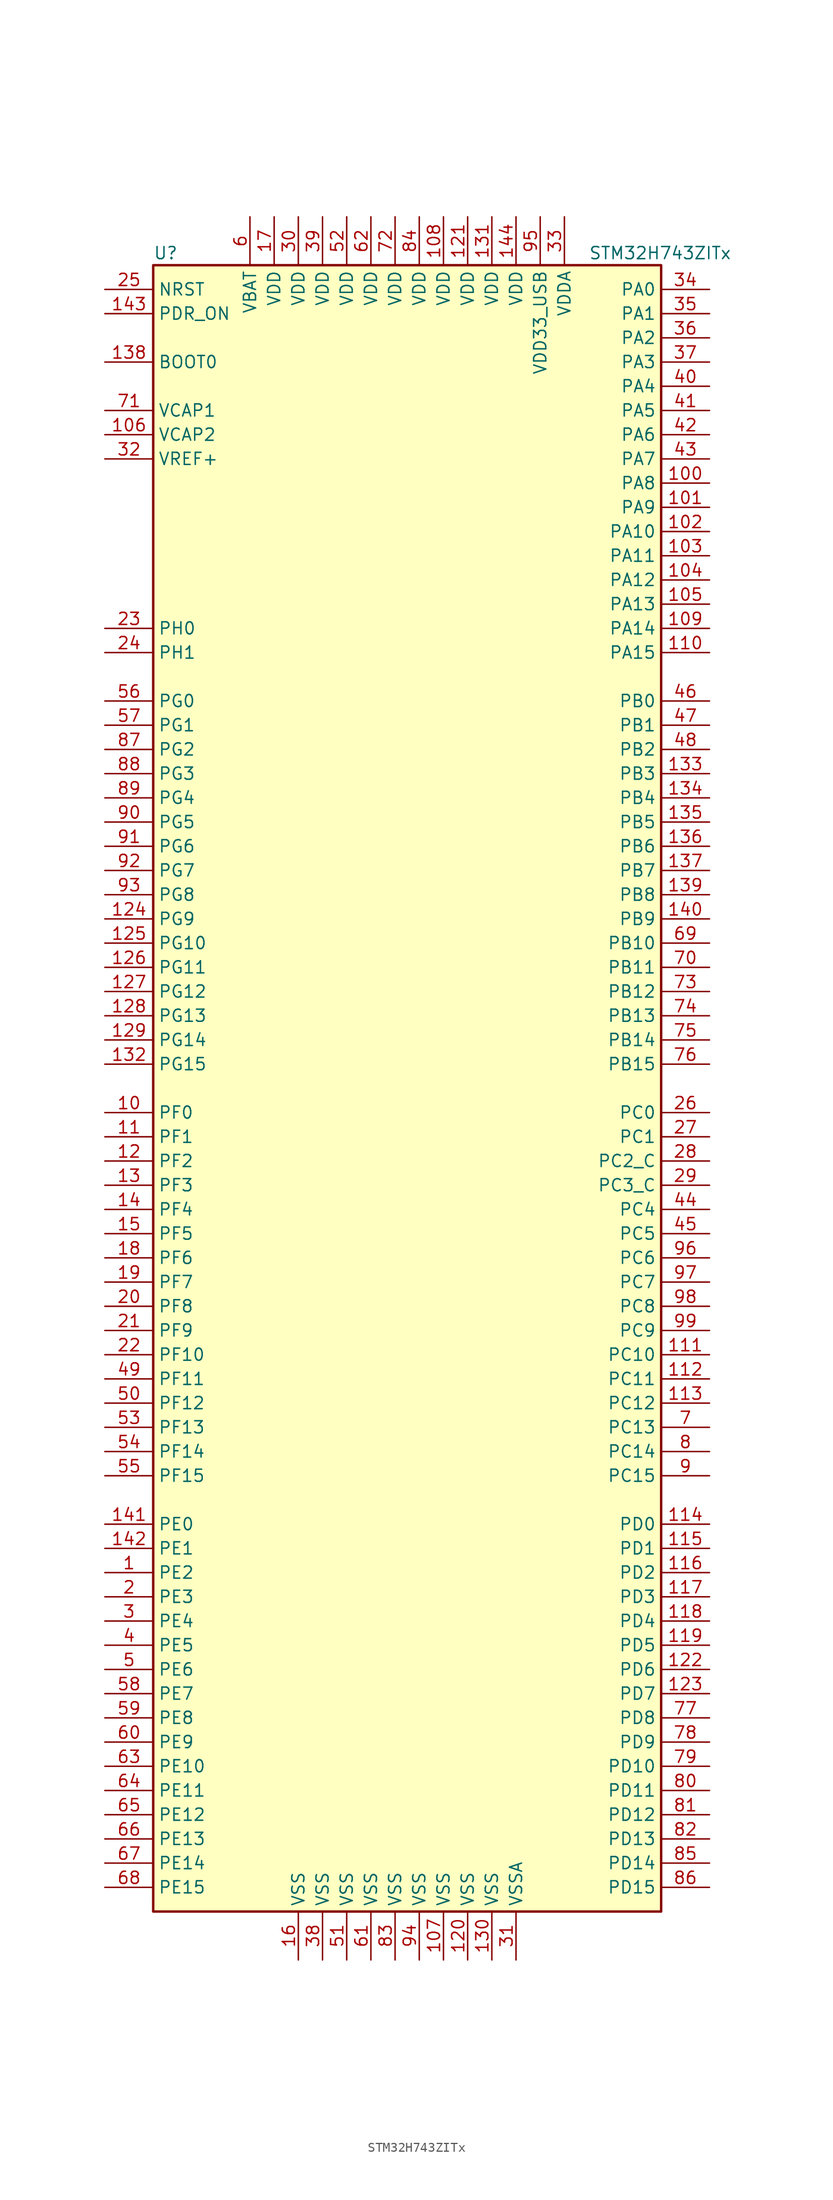
<source format=kicad_sym>
(kicad_symbol_lib
  (version 20201005)
  (generator kicad_symbol_editor)
  (symbol "STM32H743ZITx"
    (property "Reference" "U"
      (at -27.94 87.63 0)
      (effects (font (size 1.27 1.27)) (justify left)))
    (property "Value" "STM32H743ZITx"
      (at 17.78 87.63 0)
      (effects (font (size 1.27 1.27)) (justify left)))
    (symbol "STM32H743ZITx_0_1"
      (rectangle (start -27.94 -86.36) (end 25.4 86.36) (stroke (width 0.254)) (fill (type background))))
    (symbol "STM32H743ZITx_1_1"
      (pin bidirectional line (at -33.02 -50.8 0) (length 5.08) (name "PE2" (effects (font (size 1.27 1.27)))) (number "1" (effects (font (size 1.27 1.27)))))
      (pin bidirectional line (at -33.02 -2.54 0) (length 5.08) (name "PF0" (effects (font (size 1.27 1.27)))) (number "10" (effects (font (size 1.27 1.27)))))
      (pin bidirectional line (at 30.48 63.5 180) (length 5.08) (name "PA8" (effects (font (size 1.27 1.27)))) (number "100" (effects (font (size 1.27 1.27)))))
      (pin bidirectional line (at 30.48 60.96 180) (length 5.08) (name "PA9" (effects (font (size 1.27 1.27)))) (number "101" (effects (font (size 1.27 1.27)))))
      (pin bidirectional line (at 30.48 58.42 180) (length 5.08) (name "PA10" (effects (font (size 1.27 1.27)))) (number "102" (effects (font (size 1.27 1.27)))))
      (pin bidirectional line (at 30.48 55.88 180) (length 5.08) (name "PA11" (effects (font (size 1.27 1.27)))) (number "103" (effects (font (size 1.27 1.27)))))
      (pin bidirectional line (at 30.48 53.34 180) (length 5.08) (name "PA12" (effects (font (size 1.27 1.27)))) (number "104" (effects (font (size 1.27 1.27)))))
      (pin bidirectional line (at 30.48 50.8 180) (length 5.08) (name "PA13" (effects (font (size 1.27 1.27)))) (number "105" (effects (font (size 1.27 1.27)))))
      (pin power_in line (at -33.02 68.58 0) (length 5.08) (name "VCAP2" (effects (font (size 1.27 1.27)))) (number "106" (effects (font (size 1.27 1.27)))))
      (pin power_in line (at 2.54 -91.44 90) (length 5.08) (name "VSS" (effects (font (size 1.27 1.27)))) (number "107" (effects (font (size 1.27 1.27)))))
      (pin power_in line (at 2.54 91.44 270) (length 5.08) (name "VDD" (effects (font (size 1.27 1.27)))) (number "108" (effects (font (size 1.27 1.27)))))
      (pin bidirectional line (at 30.48 48.26 180) (length 5.08) (name "PA14" (effects (font (size 1.27 1.27)))) (number "109" (effects (font (size 1.27 1.27)))))
      (pin bidirectional line (at -33.02 -5.08 0) (length 5.08) (name "PF1" (effects (font (size 1.27 1.27)))) (number "11" (effects (font (size 1.27 1.27)))))
      (pin bidirectional line (at 30.48 45.72 180) (length 5.08) (name "PA15" (effects (font (size 1.27 1.27)))) (number "110" (effects (font (size 1.27 1.27)))))
      (pin bidirectional line (at 30.48 -27.94 180) (length 5.08) (name "PC10" (effects (font (size 1.27 1.27)))) (number "111" (effects (font (size 1.27 1.27)))))
      (pin bidirectional line (at 30.48 -30.48 180) (length 5.08) (name "PC11" (effects (font (size 1.27 1.27)))) (number "112" (effects (font (size 1.27 1.27)))))
      (pin bidirectional line (at 30.48 -33.02 180) (length 5.08) (name "PC12" (effects (font (size 1.27 1.27)))) (number "113" (effects (font (size 1.27 1.27)))))
      (pin bidirectional line (at 30.48 -45.72 180) (length 5.08) (name "PD0" (effects (font (size 1.27 1.27)))) (number "114" (effects (font (size 1.27 1.27)))))
      (pin bidirectional line (at 30.48 -48.26 180) (length 5.08) (name "PD1" (effects (font (size 1.27 1.27)))) (number "115" (effects (font (size 1.27 1.27)))))
      (pin bidirectional line (at 30.48 -50.8 180) (length 5.08) (name "PD2" (effects (font (size 1.27 1.27)))) (number "116" (effects (font (size 1.27 1.27)))))
      (pin bidirectional line (at 30.48 -53.34 180) (length 5.08) (name "PD3" (effects (font (size 1.27 1.27)))) (number "117" (effects (font (size 1.27 1.27)))))
      (pin bidirectional line (at 30.48 -55.88 180) (length 5.08) (name "PD4" (effects (font (size 1.27 1.27)))) (number "118" (effects (font (size 1.27 1.27)))))
      (pin bidirectional line (at 30.48 -58.42 180) (length 5.08) (name "PD5" (effects (font (size 1.27 1.27)))) (number "119" (effects (font (size 1.27 1.27)))))
      (pin bidirectional line (at -33.02 -7.62 0) (length 5.08) (name "PF2" (effects (font (size 1.27 1.27)))) (number "12" (effects (font (size 1.27 1.27)))))
      (pin power_in line (at 5.08 -91.44 90) (length 5.08) (name "VSS" (effects (font (size 1.27 1.27)))) (number "120" (effects (font (size 1.27 1.27)))))
      (pin power_in line (at 5.08 91.44 270) (length 5.08) (name "VDD" (effects (font (size 1.27 1.27)))) (number "121" (effects (font (size 1.27 1.27)))))
      (pin bidirectional line (at 30.48 -60.96 180) (length 5.08) (name "PD6" (effects (font (size 1.27 1.27)))) (number "122" (effects (font (size 1.27 1.27)))))
      (pin bidirectional line (at 30.48 -63.5 180) (length 5.08) (name "PD7" (effects (font (size 1.27 1.27)))) (number "123" (effects (font (size 1.27 1.27)))))
      (pin bidirectional line (at -33.02 17.78 0) (length 5.08) (name "PG9" (effects (font (size 1.27 1.27)))) (number "124" (effects (font (size 1.27 1.27)))))
      (pin bidirectional line (at -33.02 15.24 0) (length 5.08) (name "PG10" (effects (font (size 1.27 1.27)))) (number "125" (effects (font (size 1.27 1.27)))))
      (pin bidirectional line (at -33.02 12.7 0) (length 5.08) (name "PG11" (effects (font (size 1.27 1.27)))) (number "126" (effects (font (size 1.27 1.27)))))
      (pin bidirectional line (at -33.02 10.16 0) (length 5.08) (name "PG12" (effects (font (size 1.27 1.27)))) (number "127" (effects (font (size 1.27 1.27)))))
      (pin bidirectional line (at -33.02 7.62 0) (length 5.08) (name "PG13" (effects (font (size 1.27 1.27)))) (number "128" (effects (font (size 1.27 1.27)))))
      (pin bidirectional line (at -33.02 5.08 0) (length 5.08) (name "PG14" (effects (font (size 1.27 1.27)))) (number "129" (effects (font (size 1.27 1.27)))))
      (pin bidirectional line (at -33.02 -10.16 0) (length 5.08) (name "PF3" (effects (font (size 1.27 1.27)))) (number "13" (effects (font (size 1.27 1.27)))))
      (pin power_in line (at 7.62 -91.44 90) (length 5.08) (name "VSS" (effects (font (size 1.27 1.27)))) (number "130" (effects (font (size 1.27 1.27)))))
      (pin power_in line (at 7.62 91.44 270) (length 5.08) (name "VDD" (effects (font (size 1.27 1.27)))) (number "131" (effects (font (size 1.27 1.27)))))
      (pin bidirectional line (at -33.02 2.54 0) (length 5.08) (name "PG15" (effects (font (size 1.27 1.27)))) (number "132" (effects (font (size 1.27 1.27)))))
      (pin bidirectional line (at 30.48 33.02 180) (length 5.08) (name "PB3" (effects (font (size 1.27 1.27)))) (number "133" (effects (font (size 1.27 1.27)))))
      (pin bidirectional line (at 30.48 30.48 180) (length 5.08) (name "PB4" (effects (font (size 1.27 1.27)))) (number "134" (effects (font (size 1.27 1.27)))))
      (pin bidirectional line (at 30.48 27.94 180) (length 5.08) (name "PB5" (effects (font (size 1.27 1.27)))) (number "135" (effects (font (size 1.27 1.27)))))
      (pin bidirectional line (at 30.48 25.4 180) (length 5.08) (name "PB6" (effects (font (size 1.27 1.27)))) (number "136" (effects (font (size 1.27 1.27)))))
      (pin bidirectional line (at 30.48 22.86 180) (length 5.08) (name "PB7" (effects (font (size 1.27 1.27)))) (number "137" (effects (font (size 1.27 1.27)))))
      (pin input line (at -33.02 76.2 0) (length 5.08) (name "BOOT0" (effects (font (size 1.27 1.27)))) (number "138" (effects (font (size 1.27 1.27)))))
      (pin bidirectional line (at 30.48 20.32 180) (length 5.08) (name "PB8" (effects (font (size 1.27 1.27)))) (number "139" (effects (font (size 1.27 1.27)))))
      (pin bidirectional line (at -33.02 -12.7 0) (length 5.08) (name "PF4" (effects (font (size 1.27 1.27)))) (number "14" (effects (font (size 1.27 1.27)))))
      (pin bidirectional line (at 30.48 17.78 180) (length 5.08) (name "PB9" (effects (font (size 1.27 1.27)))) (number "140" (effects (font (size 1.27 1.27)))))
      (pin bidirectional line (at -33.02 -45.72 0) (length 5.08) (name "PE0" (effects (font (size 1.27 1.27)))) (number "141" (effects (font (size 1.27 1.27)))))
      (pin bidirectional line (at -33.02 -48.26 0) (length 5.08) (name "PE1" (effects (font (size 1.27 1.27)))) (number "142" (effects (font (size 1.27 1.27)))))
      (pin input line (at -33.02 81.28 0) (length 5.08) (name "PDR_ON" (effects (font (size 1.27 1.27)))) (number "143" (effects (font (size 1.27 1.27)))))
      (pin power_in line (at 10.16 91.44 270) (length 5.08) (name "VDD" (effects (font (size 1.27 1.27)))) (number "144" (effects (font (size 1.27 1.27)))))
      (pin bidirectional line (at -33.02 -15.24 0) (length 5.08) (name "PF5" (effects (font (size 1.27 1.27)))) (number "15" (effects (font (size 1.27 1.27)))))
      (pin power_in line (at -12.7 -91.44 90) (length 5.08) (name "VSS" (effects (font (size 1.27 1.27)))) (number "16" (effects (font (size 1.27 1.27)))))
      (pin power_in line (at -15.24 91.44 270) (length 5.08) (name "VDD" (effects (font (size 1.27 1.27)))) (number "17" (effects (font (size 1.27 1.27)))))
      (pin bidirectional line (at -33.02 -17.78 0) (length 5.08) (name "PF6" (effects (font (size 1.27 1.27)))) (number "18" (effects (font (size 1.27 1.27)))))
      (pin bidirectional line (at -33.02 -20.32 0) (length 5.08) (name "PF7" (effects (font (size 1.27 1.27)))) (number "19" (effects (font (size 1.27 1.27)))))
      (pin bidirectional line (at -33.02 -53.34 0) (length 5.08) (name "PE3" (effects (font (size 1.27 1.27)))) (number "2" (effects (font (size 1.27 1.27)))))
      (pin bidirectional line (at -33.02 -22.86 0) (length 5.08) (name "PF8" (effects (font (size 1.27 1.27)))) (number "20" (effects (font (size 1.27 1.27)))))
      (pin bidirectional line (at -33.02 -25.4 0) (length 5.08) (name "PF9" (effects (font (size 1.27 1.27)))) (number "21" (effects (font (size 1.27 1.27)))))
      (pin bidirectional line (at -33.02 -27.94 0) (length 5.08) (name "PF10" (effects (font (size 1.27 1.27)))) (number "22" (effects (font (size 1.27 1.27)))))
      (pin input line (at -33.02 48.26 0) (length 5.08) (name "PH0" (effects (font (size 1.27 1.27)))) (number "23" (effects (font (size 1.27 1.27)))))
      (pin input line (at -33.02 45.72 0) (length 5.08) (name "PH1" (effects (font (size 1.27 1.27)))) (number "24" (effects (font (size 1.27 1.27)))))
      (pin input line (at -33.02 83.82 0) (length 5.08) (name "NRST" (effects (font (size 1.27 1.27)))) (number "25" (effects (font (size 1.27 1.27)))))
      (pin bidirectional line (at 30.48 -2.54 180) (length 5.08) (name "PC0" (effects (font (size 1.27 1.27)))) (number "26" (effects (font (size 1.27 1.27)))))
      (pin bidirectional line (at 30.48 -5.08 180) (length 5.08) (name "PC1" (effects (font (size 1.27 1.27)))) (number "27" (effects (font (size 1.27 1.27)))))
      (pin bidirectional line (at 30.48 -7.62 180) (length 5.08) (name "PC2_C" (effects (font (size 1.27 1.27)))) (number "28" (effects (font (size 1.27 1.27)))))
      (pin bidirectional line (at 30.48 -10.16 180) (length 5.08) (name "PC3_C" (effects (font (size 1.27 1.27)))) (number "29" (effects (font (size 1.27 1.27)))))
      (pin bidirectional line (at -33.02 -55.88 0) (length 5.08) (name "PE4" (effects (font (size 1.27 1.27)))) (number "3" (effects (font (size 1.27 1.27)))))
      (pin power_in line (at -12.7 91.44 270) (length 5.08) (name "VDD" (effects (font (size 1.27 1.27)))) (number "30" (effects (font (size 1.27 1.27)))))
      (pin power_in line (at 10.16 -91.44 90) (length 5.08) (name "VSSA" (effects (font (size 1.27 1.27)))) (number "31" (effects (font (size 1.27 1.27)))))
      (pin bidirectional line (at -33.02 66.04 0) (length 5.08) (name "VREF+" (effects (font (size 1.27 1.27)))) (number "32" (effects (font (size 1.27 1.27)))))
      (pin power_in line (at 15.24 91.44 270) (length 5.08) (name "VDDA" (effects (font (size 1.27 1.27)))) (number "33" (effects (font (size 1.27 1.27)))))
      (pin bidirectional line (at 30.48 83.82 180) (length 5.08) (name "PA0" (effects (font (size 1.27 1.27)))) (number "34" (effects (font (size 1.27 1.27)))))
      (pin bidirectional line (at 30.48 81.28 180) (length 5.08) (name "PA1" (effects (font (size 1.27 1.27)))) (number "35" (effects (font (size 1.27 1.27)))))
      (pin bidirectional line (at 30.48 78.74 180) (length 5.08) (name "PA2" (effects (font (size 1.27 1.27)))) (number "36" (effects (font (size 1.27 1.27)))))
      (pin bidirectional line (at 30.48 76.2 180) (length 5.08) (name "PA3" (effects (font (size 1.27 1.27)))) (number "37" (effects (font (size 1.27 1.27)))))
      (pin power_in line (at -10.16 -91.44 90) (length 5.08) (name "VSS" (effects (font (size 1.27 1.27)))) (number "38" (effects (font (size 1.27 1.27)))))
      (pin power_in line (at -10.16 91.44 270) (length 5.08) (name "VDD" (effects (font (size 1.27 1.27)))) (number "39" (effects (font (size 1.27 1.27)))))
      (pin bidirectional line (at -33.02 -58.42 0) (length 5.08) (name "PE5" (effects (font (size 1.27 1.27)))) (number "4" (effects (font (size 1.27 1.27)))))
      (pin bidirectional line (at 30.48 73.66 180) (length 5.08) (name "PA4" (effects (font (size 1.27 1.27)))) (number "40" (effects (font (size 1.27 1.27)))))
      (pin bidirectional line (at 30.48 71.12 180) (length 5.08) (name "PA5" (effects (font (size 1.27 1.27)))) (number "41" (effects (font (size 1.27 1.27)))))
      (pin bidirectional line (at 30.48 68.58 180) (length 5.08) (name "PA6" (effects (font (size 1.27 1.27)))) (number "42" (effects (font (size 1.27 1.27)))))
      (pin bidirectional line (at 30.48 66.04 180) (length 5.08) (name "PA7" (effects (font (size 1.27 1.27)))) (number "43" (effects (font (size 1.27 1.27)))))
      (pin bidirectional line (at 30.48 -12.7 180) (length 5.08) (name "PC4" (effects (font (size 1.27 1.27)))) (number "44" (effects (font (size 1.27 1.27)))))
      (pin bidirectional line (at 30.48 -15.24 180) (length 5.08) (name "PC5" (effects (font (size 1.27 1.27)))) (number "45" (effects (font (size 1.27 1.27)))))
      (pin bidirectional line (at 30.48 40.64 180) (length 5.08) (name "PB0" (effects (font (size 1.27 1.27)))) (number "46" (effects (font (size 1.27 1.27)))))
      (pin bidirectional line (at 30.48 38.1 180) (length 5.08) (name "PB1" (effects (font (size 1.27 1.27)))) (number "47" (effects (font (size 1.27 1.27)))))
      (pin bidirectional line (at 30.48 35.56 180) (length 5.08) (name "PB2" (effects (font (size 1.27 1.27)))) (number "48" (effects (font (size 1.27 1.27)))))
      (pin bidirectional line (at -33.02 -30.48 0) (length 5.08) (name "PF11" (effects (font (size 1.27 1.27)))) (number "49" (effects (font (size 1.27 1.27)))))
      (pin bidirectional line (at -33.02 -60.96 0) (length 5.08) (name "PE6" (effects (font (size 1.27 1.27)))) (number "5" (effects (font (size 1.27 1.27)))))
      (pin bidirectional line (at -33.02 -33.02 0) (length 5.08) (name "PF12" (effects (font (size 1.27 1.27)))) (number "50" (effects (font (size 1.27 1.27)))))
      (pin power_in line (at -7.62 -91.44 90) (length 5.08) (name "VSS" (effects (font (size 1.27 1.27)))) (number "51" (effects (font (size 1.27 1.27)))))
      (pin power_in line (at -7.62 91.44 270) (length 5.08) (name "VDD" (effects (font (size 1.27 1.27)))) (number "52" (effects (font (size 1.27 1.27)))))
      (pin bidirectional line (at -33.02 -35.56 0) (length 5.08) (name "PF13" (effects (font (size 1.27 1.27)))) (number "53" (effects (font (size 1.27 1.27)))))
      (pin bidirectional line (at -33.02 -38.1 0) (length 5.08) (name "PF14" (effects (font (size 1.27 1.27)))) (number "54" (effects (font (size 1.27 1.27)))))
      (pin bidirectional line (at -33.02 -40.64 0) (length 5.08) (name "PF15" (effects (font (size 1.27 1.27)))) (number "55" (effects (font (size 1.27 1.27)))))
      (pin bidirectional line (at -33.02 40.64 0) (length 5.08) (name "PG0" (effects (font (size 1.27 1.27)))) (number "56" (effects (font (size 1.27 1.27)))))
      (pin bidirectional line (at -33.02 38.1 0) (length 5.08) (name "PG1" (effects (font (size 1.27 1.27)))) (number "57" (effects (font (size 1.27 1.27)))))
      (pin bidirectional line (at -33.02 -63.5 0) (length 5.08) (name "PE7" (effects (font (size 1.27 1.27)))) (number "58" (effects (font (size 1.27 1.27)))))
      (pin bidirectional line (at -33.02 -66.04 0) (length 5.08) (name "PE8" (effects (font (size 1.27 1.27)))) (number "59" (effects (font (size 1.27 1.27)))))
      (pin power_in line (at -17.78 91.44 270) (length 5.08) (name "VBAT" (effects (font (size 1.27 1.27)))) (number "6" (effects (font (size 1.27 1.27)))))
      (pin bidirectional line (at -33.02 -68.58 0) (length 5.08) (name "PE9" (effects (font (size 1.27 1.27)))) (number "60" (effects (font (size 1.27 1.27)))))
      (pin power_in line (at -5.08 -91.44 90) (length 5.08) (name "VSS" (effects (font (size 1.27 1.27)))) (number "61" (effects (font (size 1.27 1.27)))))
      (pin power_in line (at -5.08 91.44 270) (length 5.08) (name "VDD" (effects (font (size 1.27 1.27)))) (number "62" (effects (font (size 1.27 1.27)))))
      (pin bidirectional line (at -33.02 -71.12 0) (length 5.08) (name "PE10" (effects (font (size 1.27 1.27)))) (number "63" (effects (font (size 1.27 1.27)))))
      (pin bidirectional line (at -33.02 -73.66 0) (length 5.08) (name "PE11" (effects (font (size 1.27 1.27)))) (number "64" (effects (font (size 1.27 1.27)))))
      (pin bidirectional line (at -33.02 -76.2 0) (length 5.08) (name "PE12" (effects (font (size 1.27 1.27)))) (number "65" (effects (font (size 1.27 1.27)))))
      (pin bidirectional line (at -33.02 -78.74 0) (length 5.08) (name "PE13" (effects (font (size 1.27 1.27)))) (number "66" (effects (font (size 1.27 1.27)))))
      (pin bidirectional line (at -33.02 -81.28 0) (length 5.08) (name "PE14" (effects (font (size 1.27 1.27)))) (number "67" (effects (font (size 1.27 1.27)))))
      (pin bidirectional line (at -33.02 -83.82 0) (length 5.08) (name "PE15" (effects (font (size 1.27 1.27)))) (number "68" (effects (font (size 1.27 1.27)))))
      (pin bidirectional line (at 30.48 15.24 180) (length 5.08) (name "PB10" (effects (font (size 1.27 1.27)))) (number "69" (effects (font (size 1.27 1.27)))))
      (pin bidirectional line (at 30.48 -35.56 180) (length 5.08) (name "PC13" (effects (font (size 1.27 1.27)))) (number "7" (effects (font (size 1.27 1.27)))))
      (pin bidirectional line (at 30.48 12.7 180) (length 5.08) (name "PB11" (effects (font (size 1.27 1.27)))) (number "70" (effects (font (size 1.27 1.27)))))
      (pin power_in line (at -33.02 71.12 0) (length 5.08) (name "VCAP1" (effects (font (size 1.27 1.27)))) (number "71" (effects (font (size 1.27 1.27)))))
      (pin power_in line (at -2.54 91.44 270) (length 5.08) (name "VDD" (effects (font (size 1.27 1.27)))) (number "72" (effects (font (size 1.27 1.27)))))
      (pin bidirectional line (at 30.48 10.16 180) (length 5.08) (name "PB12" (effects (font (size 1.27 1.27)))) (number "73" (effects (font (size 1.27 1.27)))))
      (pin bidirectional line (at 30.48 7.62 180) (length 5.08) (name "PB13" (effects (font (size 1.27 1.27)))) (number "74" (effects (font (size 1.27 1.27)))))
      (pin bidirectional line (at 30.48 5.08 180) (length 5.08) (name "PB14" (effects (font (size 1.27 1.27)))) (number "75" (effects (font (size 1.27 1.27)))))
      (pin bidirectional line (at 30.48 2.54 180) (length 5.08) (name "PB15" (effects (font (size 1.27 1.27)))) (number "76" (effects (font (size 1.27 1.27)))))
      (pin bidirectional line (at 30.48 -66.04 180) (length 5.08) (name "PD8" (effects (font (size 1.27 1.27)))) (number "77" (effects (font (size 1.27 1.27)))))
      (pin bidirectional line (at 30.48 -68.58 180) (length 5.08) (name "PD9" (effects (font (size 1.27 1.27)))) (number "78" (effects (font (size 1.27 1.27)))))
      (pin bidirectional line (at 30.48 -71.12 180) (length 5.08) (name "PD10" (effects (font (size 1.27 1.27)))) (number "79" (effects (font (size 1.27 1.27)))))
      (pin bidirectional line (at 30.48 -38.1 180) (length 5.08) (name "PC14" (effects (font (size 1.27 1.27)))) (number "8" (effects (font (size 1.27 1.27)))))
      (pin bidirectional line (at 30.48 -73.66 180) (length 5.08) (name "PD11" (effects (font (size 1.27 1.27)))) (number "80" (effects (font (size 1.27 1.27)))))
      (pin bidirectional line (at 30.48 -76.2 180) (length 5.08) (name "PD12" (effects (font (size 1.27 1.27)))) (number "81" (effects (font (size 1.27 1.27)))))
      (pin bidirectional line (at 30.48 -78.74 180) (length 5.08) (name "PD13" (effects (font (size 1.27 1.27)))) (number "82" (effects (font (size 1.27 1.27)))))
      (pin power_in line (at -2.54 -91.44 90) (length 5.08) (name "VSS" (effects (font (size 1.27 1.27)))) (number "83" (effects (font (size 1.27 1.27)))))
      (pin power_in line (at 0 91.44 270) (length 5.08) (name "VDD" (effects (font (size 1.27 1.27)))) (number "84" (effects (font (size 1.27 1.27)))))
      (pin bidirectional line (at 30.48 -81.28 180) (length 5.08) (name "PD14" (effects (font (size 1.27 1.27)))) (number "85" (effects (font (size 1.27 1.27)))))
      (pin bidirectional line (at 30.48 -83.82 180) (length 5.08) (name "PD15" (effects (font (size 1.27 1.27)))) (number "86" (effects (font (size 1.27 1.27)))))
      (pin bidirectional line (at -33.02 35.56 0) (length 5.08) (name "PG2" (effects (font (size 1.27 1.27)))) (number "87" (effects (font (size 1.27 1.27)))))
      (pin bidirectional line (at -33.02 33.02 0) (length 5.08) (name "PG3" (effects (font (size 1.27 1.27)))) (number "88" (effects (font (size 1.27 1.27)))))
      (pin bidirectional line (at -33.02 30.48 0) (length 5.08) (name "PG4" (effects (font (size 1.27 1.27)))) (number "89" (effects (font (size 1.27 1.27)))))
      (pin bidirectional line (at 30.48 -40.64 180) (length 5.08) (name "PC15" (effects (font (size 1.27 1.27)))) (number "9" (effects (font (size 1.27 1.27)))))
      (pin bidirectional line (at -33.02 27.94 0) (length 5.08) (name "PG5" (effects (font (size 1.27 1.27)))) (number "90" (effects (font (size 1.27 1.27)))))
      (pin bidirectional line (at -33.02 25.4 0) (length 5.08) (name "PG6" (effects (font (size 1.27 1.27)))) (number "91" (effects (font (size 1.27 1.27)))))
      (pin bidirectional line (at -33.02 22.86 0) (length 5.08) (name "PG7" (effects (font (size 1.27 1.27)))) (number "92" (effects (font (size 1.27 1.27)))))
      (pin bidirectional line (at -33.02 20.32 0) (length 5.08) (name "PG8" (effects (font (size 1.27 1.27)))) (number "93" (effects (font (size 1.27 1.27)))))
      (pin power_in line (at 0 -91.44 90) (length 5.08) (name "VSS" (effects (font (size 1.27 1.27)))) (number "94" (effects (font (size 1.27 1.27)))))
      (pin power_in line (at 12.7 91.44 270) (length 5.08) (name "VDD33_USB" (effects (font (size 1.27 1.27)))) (number "95" (effects (font (size 1.27 1.27)))))
      (pin bidirectional line (at 30.48 -17.78 180) (length 5.08) (name "PC6" (effects (font (size 1.27 1.27)))) (number "96" (effects (font (size 1.27 1.27)))))
      (pin bidirectional line (at 30.48 -20.32 180) (length 5.08) (name "PC7" (effects (font (size 1.27 1.27)))) (number "97" (effects (font (size 1.27 1.27)))))
      (pin bidirectional line (at 30.48 -22.86 180) (length 5.08) (name "PC8" (effects (font (size 1.27 1.27)))) (number "98" (effects (font (size 1.27 1.27)))))
      (pin bidirectional line (at 30.48 -25.4 180) (length 5.08) (name "PC9" (effects (font (size 1.27 1.27)))) (number "99" (effects (font (size 1.27 1.27))))))))
</source>
